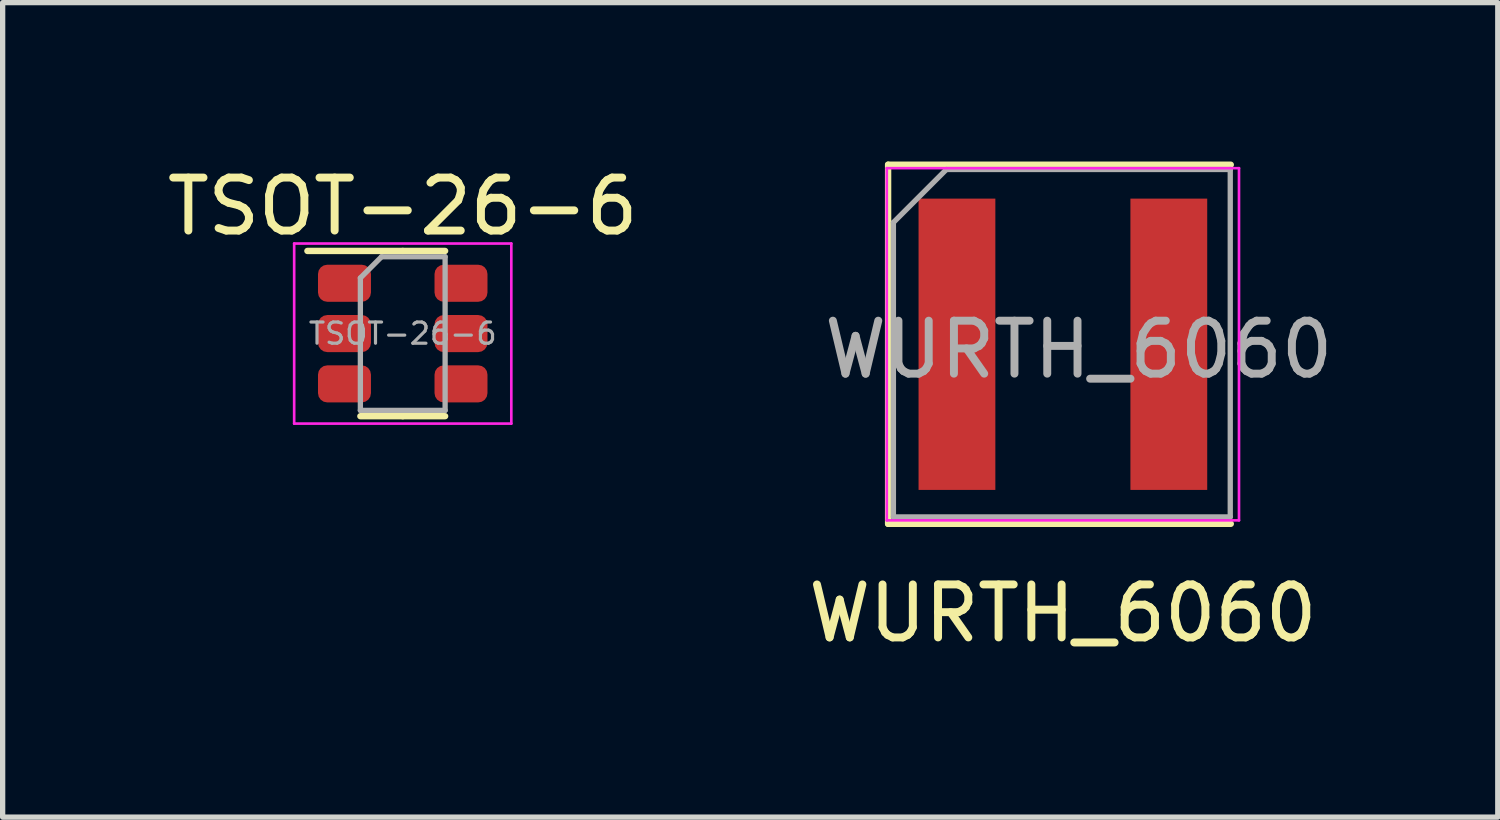
<source format=kicad_pcb>
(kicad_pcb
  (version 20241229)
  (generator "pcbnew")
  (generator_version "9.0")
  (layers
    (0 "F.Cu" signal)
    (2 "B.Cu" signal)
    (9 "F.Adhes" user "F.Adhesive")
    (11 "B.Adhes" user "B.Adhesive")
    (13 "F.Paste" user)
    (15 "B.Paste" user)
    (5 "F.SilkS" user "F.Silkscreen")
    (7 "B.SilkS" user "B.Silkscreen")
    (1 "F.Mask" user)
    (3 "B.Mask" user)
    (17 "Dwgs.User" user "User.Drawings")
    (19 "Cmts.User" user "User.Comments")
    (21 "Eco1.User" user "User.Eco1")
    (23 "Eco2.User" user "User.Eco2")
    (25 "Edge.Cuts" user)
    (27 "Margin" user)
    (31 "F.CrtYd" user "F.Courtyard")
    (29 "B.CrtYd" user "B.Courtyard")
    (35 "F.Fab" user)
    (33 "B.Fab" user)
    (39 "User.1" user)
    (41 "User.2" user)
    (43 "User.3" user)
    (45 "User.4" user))
  (footprint "WURTH_6060"
    (layer "F.Cu")
    (at 17.018 3.45)
    (property "Reference" "WURTH_6060" (at 0 5.08 0) (unlocked yes) (layer "F.SilkS") (effects (font (size 1 1) (thickness 0.15))))
    (attr smd)
    (fp_line (start -3.3 -3.39) (end -3.3 3.39) (stroke (width 0.12) (type solid)) (layer "F.SilkS"))
    (fp_line (start -3.3 -3.39) (end 3.17 -3.39) (stroke (width 0.12) (type solid)) (layer "F.SilkS"))
    (fp_line (start -3.3 3.39) (end 3.17 3.39) (stroke (width 0.12) (type solid)) (layer "F.SilkS"))
    (fp_line (start -3.325 -3.325) (end 3.325 -3.325) (stroke (width 0.05) (type solid)) (layer "F.CrtYd"))
    (fp_line (start -3.325 3.325) (end -3.325 -3.325) (stroke (width 0.05) (type solid)) (layer "F.CrtYd"))
    (fp_line (start -3.325 3.325) (end 3.325 3.325) (stroke (width 0.05) (type solid)) (layer "F.CrtYd"))
    (fp_line (start 3.325 3.325) (end 3.325 -3.325) (stroke (width 0.05) (type solid)) (layer "F.CrtYd"))
    (fp_line (start -3.2 -2.3) (end -3.2 3.26) (stroke (width 0.1) (type solid)) (layer "F.Fab"))
    (fp_line (start -3.2 -2.3) (end -2.2 -3.3) (stroke (width 0.1) (type solid)) (layer "F.Fab"))
    (fp_line (start -3.2 3.26) (end 3.16 3.26) (stroke (width 0.1) (type solid)) (layer "F.Fab"))
    (fp_line (start -2.2 -3.3) (end 3.16 -3.3) (stroke (width 0.1) (type solid)) (layer "F.Fab"))
    (fp_line (start 3.16 -3.3) (end 3.16 3.26) (stroke (width 0.1) (type solid)) (layer "F.Fab"))
    (fp_text user "${REFERENCE}" (at 0.3 0.1 0) (layer "F.Fab") (effects (font (size 1 1) (thickness 0.15))))
    (pad "1" smd rect (at -2 0) (size 1.45 5.5) (layers "F.Cu" "F.Mask" "F.Paste"))
    (pad "2" smd rect (at 2 0) (size 1.45 5.5) (layers "F.Cu" "F.Mask" "F.Paste")))
  (footprint "TSOT-26-6"
    (layer "F.Cu")
    (at 4.554 3.248)
    (property "Reference" "TSOT-26-6" (at 0 -2.4 0) (layer "F.SilkS") (effects (font (size 1 1) (thickness 0.15))))
    (attr smd)
    (fp_line (start 0 -1.56) (end -1.8 -1.56) (stroke (width 0.12) (type solid)) (layer "F.SilkS"))
    (fp_line (start 0 -1.56) (end 0.8 -1.56) (stroke (width 0.12) (type solid)) (layer "F.SilkS"))
    (fp_line (start 0 1.56) (end -0.8 1.56) (stroke (width 0.12) (type solid)) (layer "F.SilkS"))
    (fp_line (start 0 1.56) (end 0.8 1.56) (stroke (width 0.12) (type solid)) (layer "F.SilkS"))
    (fp_line (start -2.05 -1.7) (end -2.05 1.7) (stroke (width 0.05) (type solid)) (layer "F.CrtYd"))
    (fp_line (start -2.05 1.7) (end 2.05 1.7) (stroke (width 0.05) (type solid)) (layer "F.CrtYd"))
    (fp_line (start 2.05 -1.7) (end -2.05 -1.7) (stroke (width 0.05) (type solid)) (layer "F.CrtYd"))
    (fp_line (start 2.05 1.7) (end 2.05 -1.7) (stroke (width 0.05) (type solid)) (layer "F.CrtYd"))
    (fp_line (start -0.8 -1.05) (end -0.4 -1.45) (stroke (width 0.1) (type solid)) (layer "F.Fab"))
    (fp_line (start -0.8 1.45) (end -0.8 -1.05) (stroke (width 0.1) (type solid)) (layer "F.Fab"))
    (fp_line (start -0.4 -1.45) (end 0.8 -1.45) (stroke (width 0.1) (type solid)) (layer "F.Fab"))
    (fp_line (start 0.8 -1.45) (end 0.8 1.45) (stroke (width 0.1) (type solid)) (layer "F.Fab"))
    (fp_line (start 0.8 1.45) (end -0.8 1.45) (stroke (width 0.1) (type solid)) (layer "F.Fab"))
    (fp_text user "${REFERENCE}" (at 0 0 0) (layer "F.Fab") (effects (font (size 0.4 0.4) (thickness 0.06))))
    (pad "1" smd roundrect (at -1.1 -0.95) (size 1 0.7) (layers "F.Cu" "F.Mask" "F.Paste") (roundrect_rratio 0.25))
    (pad "2" smd roundrect (at -1.1 0) (size 1 0.7) (layers "F.Cu" "F.Mask" "F.Paste") (roundrect_rratio 0.25))
    (pad "3" smd roundrect (at -1.1 0.95) (size 1 0.7) (layers "F.Cu" "F.Mask" "F.Paste") (roundrect_rratio 0.25))
    (pad "4" smd roundrect (at 1.1 0.95) (size 1 0.7) (layers "F.Cu" "F.Mask" "F.Paste") (roundrect_rratio 0.25))
    (pad "5" smd roundrect (at 1.1 0) (size 1 0.7) (layers "F.Cu" "F.Mask" "F.Paste") (roundrect_rratio 0.25))
    (pad "6" smd roundrect (at 1.1 -0.95) (size 1 0.7) (layers "F.Cu" "F.Mask" "F.Paste") (roundrect_rratio 0.25)))
  (gr_rect
    (start -3 -3)
    (end 25.229 12.378)
    (stroke (width 0.1) (type default))
    (fill no)
    (layer "Edge.Cuts")))
</source>
